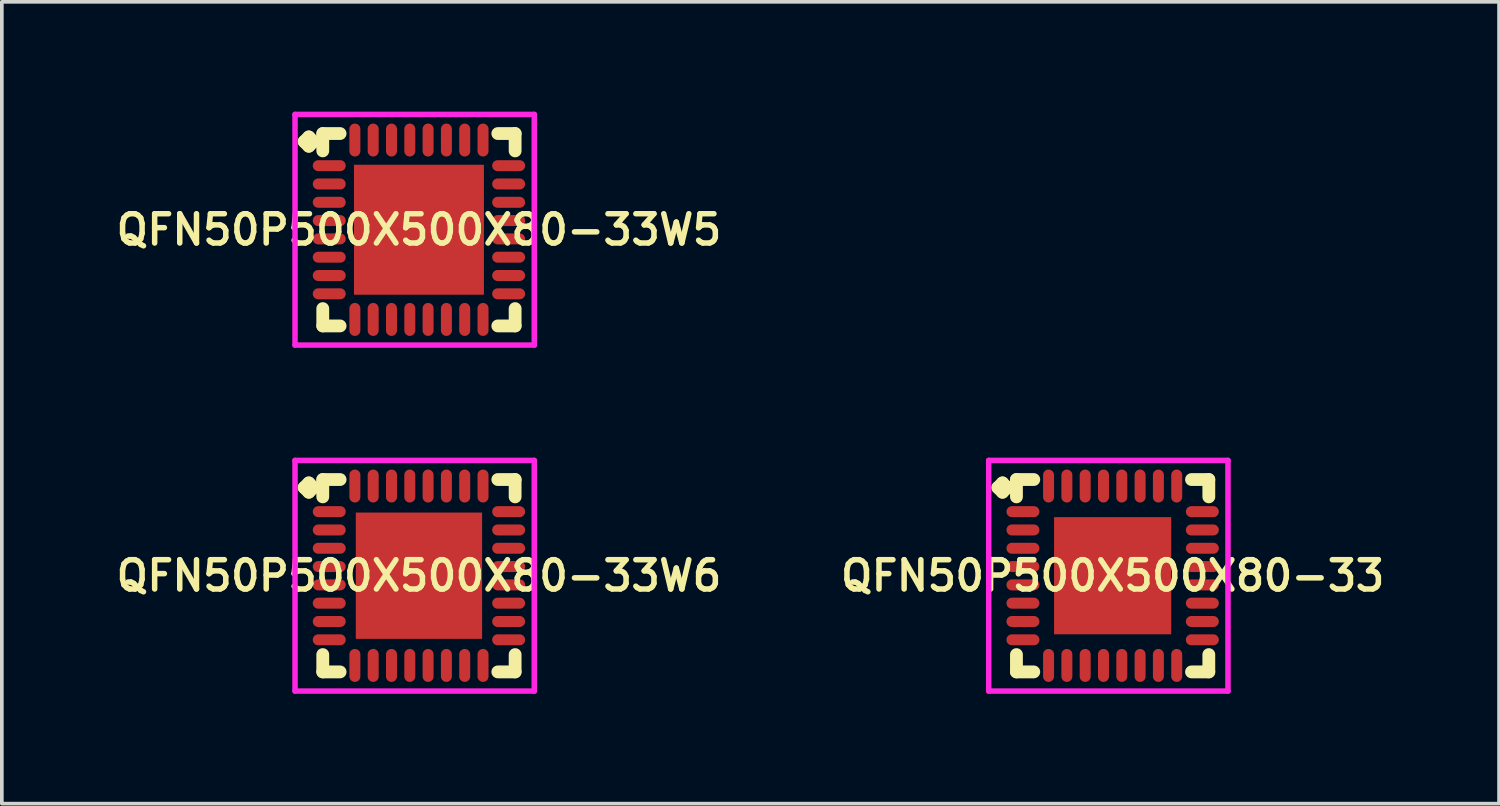
<source format=kicad_pcb>
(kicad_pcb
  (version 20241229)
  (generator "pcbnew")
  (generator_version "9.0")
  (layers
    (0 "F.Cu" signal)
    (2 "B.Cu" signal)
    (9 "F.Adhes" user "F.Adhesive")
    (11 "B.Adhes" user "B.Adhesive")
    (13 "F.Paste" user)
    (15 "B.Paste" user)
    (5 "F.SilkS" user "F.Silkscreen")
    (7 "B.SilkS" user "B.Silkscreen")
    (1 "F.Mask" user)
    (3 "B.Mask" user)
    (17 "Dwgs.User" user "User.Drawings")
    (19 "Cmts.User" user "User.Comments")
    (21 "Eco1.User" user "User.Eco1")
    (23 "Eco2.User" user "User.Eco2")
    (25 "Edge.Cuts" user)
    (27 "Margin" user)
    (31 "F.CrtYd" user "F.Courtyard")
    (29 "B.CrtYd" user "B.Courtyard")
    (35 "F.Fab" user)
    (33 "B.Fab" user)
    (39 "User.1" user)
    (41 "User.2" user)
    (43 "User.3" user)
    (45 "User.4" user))
  (footprint "QFN50P500X500X80-33"
    (layer "F.Cu")
    (at 27.34 12.675)
    (property "Reference" "QFN50P500X500X80-33" (at 0 0 0) (layer "F.SilkS") (effects (font (size 0.8 0.8) (thickness 0.15))))
    (attr smd)
    (fp_line (start -3.135 -2.408) (end -3.008 -2.535) (stroke (width 0.35) (type solid)) (layer "F.SilkS"))
    (fp_line (start -3.008 -2.535) (end -2.881 -2.408) (stroke (width 0.35) (type solid)) (layer "F.SilkS"))
    (fp_line (start -3.008 -2.281) (end -3.135 -2.408) (stroke (width 0.35) (type solid)) (layer "F.SilkS"))
    (fp_line (start -2.881 -2.408) (end -3.008 -2.281) (stroke (width 0.35) (type solid)) (layer "F.SilkS"))
    (fp_line (start -2.627 -2.627) (end -2.154 -2.627) (stroke (width 0.35) (type solid)) (layer "F.SilkS"))
    (fp_line (start -2.627 -2.154) (end -2.627 -2.627) (stroke (width 0.35) (type solid)) (layer "F.SilkS"))
    (fp_line (start -2.627 2.154) (end -2.627 2.627) (stroke (width 0.35) (type solid)) (layer "F.SilkS"))
    (fp_line (start -2.627 2.627) (end -2.154 2.627) (stroke (width 0.35) (type solid)) (layer "F.SilkS"))
    (fp_line (start 2.154 -2.627) (end 2.627 -2.627) (stroke (width 0.35) (type solid)) (layer "F.SilkS"))
    (fp_line (start 2.154 2.627) (end 2.627 2.627) (stroke (width 0.35) (type solid)) (layer "F.SilkS"))
    (fp_line (start 2.627 -2.627) (end 2.627 -2.154) (stroke (width 0.35) (type solid)) (layer "F.SilkS"))
    (fp_line (start 2.627 2.627) (end 2.627 2.154) (stroke (width 0.35) (type solid)) (layer "F.SilkS"))
    (fp_line (start -3.385 -3.15) (end 3.15 -3.15) (stroke (width 0.15) (type solid)) (layer "F.CrtYd"))
    (fp_line (start -3.385 3.15) (end -3.385 -3.15) (stroke (width 0.15) (type solid)) (layer "F.CrtYd"))
    (fp_line (start 3.15 -3.15) (end 3.15 3.15) (stroke (width 0.15) (type solid)) (layer "F.CrtYd"))
    (fp_line (start 3.15 3.15) (end -3.385 3.15) (stroke (width 0.15) (type solid)) (layer "F.CrtYd"))
    (pad "1" smd oval (at -2.45 -1.75) (size 0.9 0.3) (layers "F.Cu" "F.Mask" "F.Paste"))
    (pad "2" smd oval (at -2.45 -1.25) (size 0.9 0.3) (layers "F.Cu" "F.Mask" "F.Paste"))
    (pad "3" smd oval (at -2.45 -0.75) (size 0.9 0.3) (layers "F.Cu" "F.Mask" "F.Paste"))
    (pad "4" smd oval (at -2.45 -0.25) (size 0.9 0.3) (layers "F.Cu" "F.Mask" "F.Paste"))
    (pad "5" smd oval (at -2.45 0.25) (size 0.9 0.3) (layers "F.Cu" "F.Mask" "F.Paste"))
    (pad "6" smd oval (at -2.45 0.75) (size 0.9 0.3) (layers "F.Cu" "F.Mask" "F.Paste"))
    (pad "7" smd oval (at -2.45 1.25) (size 0.9 0.3) (layers "F.Cu" "F.Mask" "F.Paste"))
    (pad "8" smd oval (at -2.45 1.75) (size 0.9 0.3) (layers "F.Cu" "F.Mask" "F.Paste"))
    (pad "9" smd oval (at -1.75 2.45) (size 0.3 0.9) (layers "F.Cu" "F.Mask" "F.Paste"))
    (pad "10" smd oval (at -1.25 2.45) (size 0.3 0.9) (layers "F.Cu" "F.Mask" "F.Paste"))
    (pad "11" smd oval (at -0.75 2.45) (size 0.3 0.9) (layers "F.Cu" "F.Mask" "F.Paste"))
    (pad "12" smd oval (at -0.25 2.45) (size 0.3 0.9) (layers "F.Cu" "F.Mask" "F.Paste"))
    (pad "13" smd oval (at 0.25 2.45) (size 0.3 0.9) (layers "F.Cu" "F.Mask" "F.Paste"))
    (pad "14" smd oval (at 0.75 2.45) (size 0.3 0.9) (layers "F.Cu" "F.Mask" "F.Paste"))
    (pad "15" smd oval (at 1.25 2.45) (size 0.3 0.9) (layers "F.Cu" "F.Mask" "F.Paste"))
    (pad "16" smd oval (at 1.75 2.45) (size 0.3 0.9) (layers "F.Cu" "F.Mask" "F.Paste"))
    (pad "17" smd oval (at 2.45 1.75) (size 0.9 0.3) (layers "F.Cu" "F.Mask" "F.Paste"))
    (pad "18" smd oval (at 2.45 1.25) (size 0.9 0.3) (layers "F.Cu" "F.Mask" "F.Paste"))
    (pad "19" smd oval (at 2.45 0.75) (size 0.9 0.3) (layers "F.Cu" "F.Mask" "F.Paste"))
    (pad "20" smd oval (at 2.45 0.25) (size 0.9 0.3) (layers "F.Cu" "F.Mask" "F.Paste"))
    (pad "21" smd oval (at 2.45 -0.25) (size 0.9 0.3) (layers "F.Cu" "F.Mask" "F.Paste"))
    (pad "22" smd oval (at 2.45 -0.75) (size 0.9 0.3) (layers "F.Cu" "F.Mask" "F.Paste"))
    (pad "23" smd oval (at 2.45 -1.25) (size 0.9 0.3) (layers "F.Cu" "F.Mask" "F.Paste"))
    (pad "24" smd oval (at 2.45 -1.75) (size 0.9 0.3) (layers "F.Cu" "F.Mask" "F.Paste"))
    (pad "25" smd oval (at 1.75 -2.45) (size 0.3 0.9) (layers "F.Cu" "F.Mask" "F.Paste"))
    (pad "26" smd oval (at 1.25 -2.45) (size 0.3 0.9) (layers "F.Cu" "F.Mask" "F.Paste"))
    (pad "27" smd oval (at 0.75 -2.45) (size 0.3 0.9) (layers "F.Cu" "F.Mask" "F.Paste"))
    (pad "28" smd oval (at 0.25 -2.45) (size 0.3 0.9) (layers "F.Cu" "F.Mask" "F.Paste"))
    (pad "29" smd oval (at -0.25 -2.45) (size 0.3 0.9) (layers "F.Cu" "F.Mask" "F.Paste"))
    (pad "30" smd oval (at -0.75 -2.45) (size 0.3 0.9) (layers "F.Cu" "F.Mask" "F.Paste"))
    (pad "31" smd oval (at -1.25 -2.45) (size 0.3 0.9) (layers "F.Cu" "F.Mask" "F.Paste"))
    (pad "32" smd oval (at -1.75 -2.45) (size 0.3 0.9) (layers "F.Cu" "F.Mask" "F.Paste"))
    (pad "33" smd rect (at 0 0) (size 3.2 3.2) (layers "F.Cu" "F.Mask" "F.Paste")))
  (footprint "QFN50P500X500X80-33W6"
    (layer "F.Cu")
    (at 8.393 12.675)
    (property "Reference" "QFN50P500X500X80-33W6" (at 0 0 0) (layer "F.SilkS") (effects (font (size 0.8 0.8) (thickness 0.15))))
    (attr through_hole)
    (fp_line (start -3.135 -2.408) (end -3.008 -2.535) (stroke (width 0.35) (type solid)) (layer "F.SilkS"))
    (fp_line (start -3.008 -2.535) (end -2.881 -2.408) (stroke (width 0.35) (type solid)) (layer "F.SilkS"))
    (fp_line (start -3.008 -2.281) (end -3.135 -2.408) (stroke (width 0.35) (type solid)) (layer "F.SilkS"))
    (fp_line (start -2.881 -2.408) (end -3.008 -2.281) (stroke (width 0.35) (type solid)) (layer "F.SilkS"))
    (fp_line (start -2.627 -2.627) (end -2.154 -2.627) (stroke (width 0.35) (type solid)) (layer "F.SilkS"))
    (fp_line (start -2.627 -2.154) (end -2.627 -2.627) (stroke (width 0.35) (type solid)) (layer "F.SilkS"))
    (fp_line (start -2.627 2.154) (end -2.627 2.627) (stroke (width 0.35) (type solid)) (layer "F.SilkS"))
    (fp_line (start -2.627 2.627) (end -2.154 2.627) (stroke (width 0.35) (type solid)) (layer "F.SilkS"))
    (fp_line (start 2.154 -2.627) (end 2.627 -2.627) (stroke (width 0.35) (type solid)) (layer "F.SilkS"))
    (fp_line (start 2.154 2.627) (end 2.627 2.627) (stroke (width 0.35) (type solid)) (layer "F.SilkS"))
    (fp_line (start 2.627 -2.627) (end 2.627 -2.154) (stroke (width 0.35) (type solid)) (layer "F.SilkS"))
    (fp_line (start 2.627 2.627) (end 2.627 2.154) (stroke (width 0.35) (type solid)) (layer "F.SilkS"))
    (fp_line (start -3.385 -3.15) (end 3.15 -3.15) (stroke (width 0.15) (type solid)) (layer "F.CrtYd"))
    (fp_line (start -3.385 3.15) (end -3.385 -3.15) (stroke (width 0.15) (type solid)) (layer "F.CrtYd"))
    (fp_line (start 3.15 -3.15) (end 3.15 3.15) (stroke (width 0.15) (type solid)) (layer "F.CrtYd"))
    (fp_line (start 3.15 3.15) (end -3.385 3.15) (stroke (width 0.15) (type solid)) (layer "F.CrtYd"))
    (pad "1" smd oval (at -2.45 -1.75) (size 0.9 0.3) (layers "F.Cu" "F.Mask" "F.Paste"))
    (pad "2" smd oval (at -2.45 -1.25) (size 0.9 0.3) (layers "F.Cu" "F.Mask" "F.Paste"))
    (pad "3" smd oval (at -2.45 -0.75) (size 0.9 0.3) (layers "F.Cu" "F.Mask" "F.Paste"))
    (pad "4" smd oval (at -2.45 -0.25) (size 0.9 0.3) (layers "F.Cu" "F.Mask" "F.Paste"))
    (pad "5" smd oval (at -2.45 0.25) (size 0.9 0.3) (layers "F.Cu" "F.Mask" "F.Paste"))
    (pad "6" smd oval (at -2.45 0.75) (size 0.9 0.3) (layers "F.Cu" "F.Mask" "F.Paste"))
    (pad "7" smd oval (at -2.45 1.25) (size 0.9 0.3) (layers "F.Cu" "F.Mask" "F.Paste"))
    (pad "8" smd oval (at -2.45 1.75) (size 0.9 0.3) (layers "F.Cu" "F.Mask" "F.Paste"))
    (pad "9" smd oval (at -1.75 2.45) (size 0.3 0.9) (layers "F.Cu" "F.Mask" "F.Paste"))
    (pad "10" smd oval (at -1.25 2.45) (size 0.3 0.9) (layers "F.Cu" "F.Mask" "F.Paste"))
    (pad "11" smd oval (at -0.75 2.45) (size 0.3 0.9) (layers "F.Cu" "F.Mask" "F.Paste"))
    (pad "12" smd oval (at -0.25 2.45) (size 0.3 0.9) (layers "F.Cu" "F.Mask" "F.Paste"))
    (pad "13" smd oval (at 0.25 2.45) (size 0.3 0.9) (layers "F.Cu" "F.Mask" "F.Paste"))
    (pad "14" smd oval (at 0.75 2.45) (size 0.3 0.9) (layers "F.Cu" "F.Mask" "F.Paste"))
    (pad "15" smd oval (at 1.25 2.45) (size 0.3 0.9) (layers "F.Cu" "F.Mask" "F.Paste"))
    (pad "16" smd oval (at 1.75 2.45) (size 0.3 0.9) (layers "F.Cu" "F.Mask" "F.Paste"))
    (pad "17" smd oval (at 2.45 1.75) (size 0.9 0.3) (layers "F.Cu" "F.Mask" "F.Paste"))
    (pad "18" smd oval (at 2.45 1.25) (size 0.9 0.3) (layers "F.Cu" "F.Mask" "F.Paste"))
    (pad "19" smd oval (at 2.45 0.75) (size 0.9 0.3) (layers "F.Cu" "F.Mask" "F.Paste"))
    (pad "20" smd oval (at 2.45 0.25) (size 0.9 0.3) (layers "F.Cu" "F.Mask" "F.Paste"))
    (pad "21" smd oval (at 2.45 -0.25) (size 0.9 0.3) (layers "F.Cu" "F.Mask" "F.Paste"))
    (pad "22" smd oval (at 2.45 -0.75) (size 0.9 0.3) (layers "F.Cu" "F.Mask" "F.Paste"))
    (pad "23" smd oval (at 2.45 -1.25) (size 0.9 0.3) (layers "F.Cu" "F.Mask" "F.Paste"))
    (pad "24" smd oval (at 2.45 -1.75) (size 0.9 0.3) (layers "F.Cu" "F.Mask" "F.Paste"))
    (pad "25" smd oval (at 1.75 -2.45) (size 0.3 0.9) (layers "F.Cu" "F.Mask" "F.Paste"))
    (pad "26" smd oval (at 1.25 -2.45) (size 0.3 0.9) (layers "F.Cu" "F.Mask" "F.Paste"))
    (pad "27" smd oval (at 0.75 -2.45) (size 0.3 0.9) (layers "F.Cu" "F.Mask" "F.Paste"))
    (pad "28" smd oval (at 0.25 -2.45) (size 0.3 0.9) (layers "F.Cu" "F.Mask" "F.Paste"))
    (pad "29" smd oval (at -0.25 -2.45) (size 0.3 0.9) (layers "F.Cu" "F.Mask" "F.Paste"))
    (pad "30" smd oval (at -0.75 -2.45) (size 0.3 0.9) (layers "F.Cu" "F.Mask" "F.Paste"))
    (pad "31" smd oval (at -1.25 -2.45) (size 0.3 0.9) (layers "F.Cu" "F.Mask" "F.Paste"))
    (pad "32" smd oval (at -1.75 -2.45) (size 0.3 0.9) (layers "F.Cu" "F.Mask" "F.Paste"))
    (pad "33" smd rect (at 0 0) (size 3.45 3.45) (layers "F.Cu" "F.Mask" "F.Paste")))
  (footprint "QFN50P500X500X80-33W5"
    (layer "F.Cu")
    (at 8.393 3.225)
    (property "Reference" "QFN50P500X500X80-33W5" (at 0 0 0) (layer "F.SilkS") (effects (font (size 0.8 0.8) (thickness 0.15))))
    (attr smd)
    (fp_line (start -3.135 -2.408) (end -3.008 -2.535) (stroke (width 0.35) (type solid)) (layer "F.SilkS"))
    (fp_line (start -3.008 -2.535) (end -2.881 -2.408) (stroke (width 0.35) (type solid)) (layer "F.SilkS"))
    (fp_line (start -3.008 -2.281) (end -3.135 -2.408) (stroke (width 0.35) (type solid)) (layer "F.SilkS"))
    (fp_line (start -2.881 -2.408) (end -3.008 -2.281) (stroke (width 0.35) (type solid)) (layer "F.SilkS"))
    (fp_line (start -2.627 -2.627) (end -2.154 -2.627) (stroke (width 0.35) (type solid)) (layer "F.SilkS"))
    (fp_line (start -2.627 -2.154) (end -2.627 -2.627) (stroke (width 0.35) (type solid)) (layer "F.SilkS"))
    (fp_line (start -2.627 2.154) (end -2.627 2.627) (stroke (width 0.35) (type solid)) (layer "F.SilkS"))
    (fp_line (start -2.627 2.627) (end -2.154 2.627) (stroke (width 0.35) (type solid)) (layer "F.SilkS"))
    (fp_line (start 2.154 -2.627) (end 2.627 -2.627) (stroke (width 0.35) (type solid)) (layer "F.SilkS"))
    (fp_line (start 2.154 2.627) (end 2.627 2.627) (stroke (width 0.35) (type solid)) (layer "F.SilkS"))
    (fp_line (start 2.627 -2.627) (end 2.627 -2.154) (stroke (width 0.35) (type solid)) (layer "F.SilkS"))
    (fp_line (start 2.627 2.627) (end 2.627 2.154) (stroke (width 0.35) (type solid)) (layer "F.SilkS"))
    (fp_line (start -3.385 -3.15) (end 3.15 -3.15) (stroke (width 0.15) (type solid)) (layer "F.CrtYd"))
    (fp_line (start -3.385 3.15) (end -3.385 -3.15) (stroke (width 0.15) (type solid)) (layer "F.CrtYd"))
    (fp_line (start 3.15 -3.15) (end 3.15 3.15) (stroke (width 0.15) (type solid)) (layer "F.CrtYd"))
    (fp_line (start 3.15 3.15) (end -3.385 3.15) (stroke (width 0.15) (type solid)) (layer "F.CrtYd"))
    (pad "1" smd oval (at -2.45 -1.75) (size 0.9 0.3) (layers "F.Cu" "F.Mask" "F.Paste"))
    (pad "2" smd oval (at -2.45 -1.25) (size 0.9 0.3) (layers "F.Cu" "F.Mask" "F.Paste"))
    (pad "3" smd oval (at -2.45 -0.75) (size 0.9 0.3) (layers "F.Cu" "F.Mask" "F.Paste"))
    (pad "4" smd oval (at -2.45 -0.25) (size 0.9 0.3) (layers "F.Cu" "F.Mask" "F.Paste"))
    (pad "5" smd oval (at -2.45 0.25) (size 0.9 0.3) (layers "F.Cu" "F.Mask" "F.Paste"))
    (pad "6" smd oval (at -2.45 0.75) (size 0.9 0.3) (layers "F.Cu" "F.Mask" "F.Paste"))
    (pad "7" smd oval (at -2.45 1.25) (size 0.9 0.3) (layers "F.Cu" "F.Mask" "F.Paste"))
    (pad "8" smd oval (at -2.45 1.75) (size 0.9 0.3) (layers "F.Cu" "F.Mask" "F.Paste"))
    (pad "9" smd oval (at -1.75 2.45) (size 0.3 0.9) (layers "F.Cu" "F.Mask" "F.Paste"))
    (pad "10" smd oval (at -1.25 2.45) (size 0.3 0.9) (layers "F.Cu" "F.Mask" "F.Paste"))
    (pad "11" smd oval (at -0.75 2.45) (size 0.3 0.9) (layers "F.Cu" "F.Mask" "F.Paste"))
    (pad "12" smd oval (at -0.25 2.45) (size 0.3 0.9) (layers "F.Cu" "F.Mask" "F.Paste"))
    (pad "13" smd oval (at 0.25 2.45) (size 0.3 0.9) (layers "F.Cu" "F.Mask" "F.Paste"))
    (pad "14" smd oval (at 0.75 2.45) (size 0.3 0.9) (layers "F.Cu" "F.Mask" "F.Paste"))
    (pad "15" smd oval (at 1.25 2.45) (size 0.3 0.9) (layers "F.Cu" "F.Mask" "F.Paste"))
    (pad "16" smd oval (at 1.75 2.45) (size 0.3 0.9) (layers "F.Cu" "F.Mask" "F.Paste"))
    (pad "17" smd oval (at 2.45 1.75) (size 0.9 0.3) (layers "F.Cu" "F.Mask" "F.Paste"))
    (pad "18" smd oval (at 2.45 1.25) (size 0.9 0.3) (layers "F.Cu" "F.Mask" "F.Paste"))
    (pad "19" smd oval (at 2.45 0.75) (size 0.9 0.3) (layers "F.Cu" "F.Mask" "F.Paste"))
    (pad "20" smd oval (at 2.45 0.25) (size 0.9 0.3) (layers "F.Cu" "F.Mask" "F.Paste"))
    (pad "21" smd oval (at 2.45 -0.25) (size 0.9 0.3) (layers "F.Cu" "F.Mask" "F.Paste"))
    (pad "22" smd oval (at 2.45 -0.75) (size 0.9 0.3) (layers "F.Cu" "F.Mask" "F.Paste"))
    (pad "23" smd oval (at 2.45 -1.25) (size 0.9 0.3) (layers "F.Cu" "F.Mask" "F.Paste"))
    (pad "24" smd oval (at 2.45 -1.75) (size 0.9 0.3) (layers "F.Cu" "F.Mask" "F.Paste"))
    (pad "25" smd oval (at 1.75 -2.45) (size 0.3 0.9) (layers "F.Cu" "F.Mask" "F.Paste"))
    (pad "26" smd oval (at 1.25 -2.45) (size 0.3 0.9) (layers "F.Cu" "F.Mask" "F.Paste"))
    (pad "27" smd oval (at 0.75 -2.45) (size 0.3 0.9) (layers "F.Cu" "F.Mask" "F.Paste"))
    (pad "28" smd oval (at 0.25 -2.45) (size 0.3 0.9) (layers "F.Cu" "F.Mask" "F.Paste"))
    (pad "29" smd oval (at -0.25 -2.45) (size 0.3 0.9) (layers "F.Cu" "F.Mask" "F.Paste"))
    (pad "30" smd oval (at -0.75 -2.45) (size 0.3 0.9) (layers "F.Cu" "F.Mask" "F.Paste"))
    (pad "31" smd oval (at -1.25 -2.45) (size 0.3 0.9) (layers "F.Cu" "F.Mask" "F.Paste"))
    (pad "32" smd oval (at -1.75 -2.45) (size 0.3 0.9) (layers "F.Cu" "F.Mask" "F.Paste"))
    (pad "33" smd rect (at 0 0) (size 3.55 3.55) (layers "F.Cu" "F.Mask" "F.Paste")))
  (gr_rect
    (start -3 -3)
    (end 37.894 18.9)
    (stroke (width 0.1) (type default))
    (fill no)
    (layer "Edge.Cuts")))
</source>
